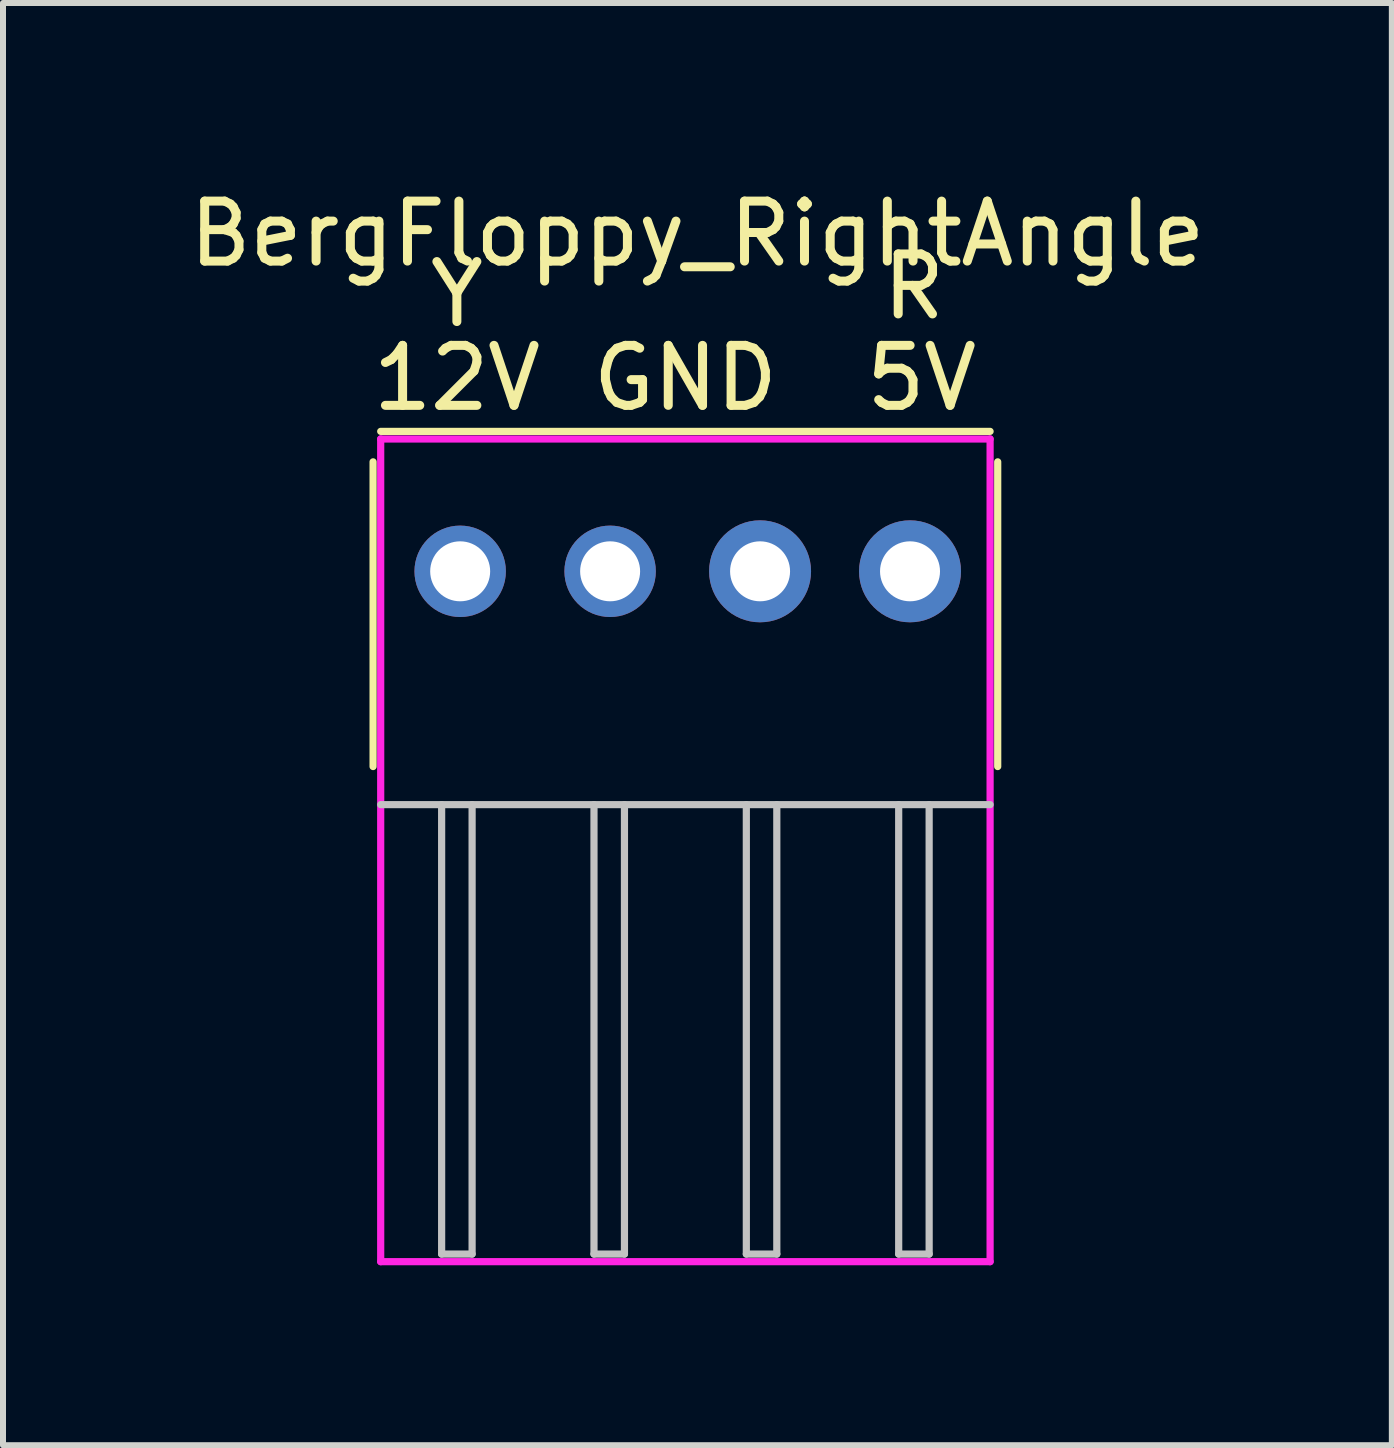
<source format=kicad_pcb>
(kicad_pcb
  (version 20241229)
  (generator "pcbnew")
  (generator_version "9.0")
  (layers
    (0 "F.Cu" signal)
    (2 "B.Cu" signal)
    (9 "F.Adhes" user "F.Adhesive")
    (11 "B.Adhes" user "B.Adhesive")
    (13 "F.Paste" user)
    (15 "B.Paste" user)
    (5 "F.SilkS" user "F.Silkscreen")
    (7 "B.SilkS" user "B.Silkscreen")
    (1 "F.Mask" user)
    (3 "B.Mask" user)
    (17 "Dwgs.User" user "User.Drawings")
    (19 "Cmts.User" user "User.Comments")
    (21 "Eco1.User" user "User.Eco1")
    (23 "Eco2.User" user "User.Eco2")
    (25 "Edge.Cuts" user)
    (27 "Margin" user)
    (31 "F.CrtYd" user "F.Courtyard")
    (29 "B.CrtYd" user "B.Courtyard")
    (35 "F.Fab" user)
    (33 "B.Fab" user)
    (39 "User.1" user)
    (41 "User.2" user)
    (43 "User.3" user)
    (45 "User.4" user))
  (footprint "BergFloppy_RightAngle"
    (layer "F.Cu")
    (at 8.377 1.348)
    (property "Reference" "BergFloppy_RightAngle" (at 0.2 -0.5 180) (layer "F.SilkS") (effects (font (size 1 1) (thickness 0.15))))
    (attr through_hole)
    (fp_line (start -5.207 3.302) (end -5.207 8.382) (stroke (width 0.12) (type solid)) (layer "F.SilkS"))
    (fp_line (start 5.08 2.794) (end -5.08 2.794) (stroke (width 0.12) (type solid)) (layer "F.SilkS"))
    (fp_line (start 5.207 3.302) (end 5.207 8.382) (stroke (width 0.12) (type solid)) (layer "F.SilkS"))
    (fp_line (start -5.08 9.017) (end 5.08 9.017) (stroke (width 0.12) (type solid)) (layer "Dwgs.User"))
    (fp_line (start -4.064 9.017) (end -4.064 16.51) (stroke (width 0.12) (type solid)) (layer "Dwgs.User"))
    (fp_line (start -4.064 16.51) (end -3.556 16.51) (stroke (width 0.12) (type solid)) (layer "Dwgs.User"))
    (fp_line (start -3.556 16.51) (end -3.556 9.017) (stroke (width 0.12) (type solid)) (layer "Dwgs.User"))
    (fp_line (start -1.524 9.017) (end -1.524 16.51) (stroke (width 0.12) (type solid)) (layer "Dwgs.User"))
    (fp_line (start -1.524 16.51) (end -1.016 16.51) (stroke (width 0.12) (type solid)) (layer "Dwgs.User"))
    (fp_line (start -1.016 16.51) (end -1.016 9.017) (stroke (width 0.12) (type solid)) (layer "Dwgs.User"))
    (fp_line (start 1.016 9.017) (end 1.016 16.51) (stroke (width 0.12) (type solid)) (layer "Dwgs.User"))
    (fp_line (start 1.016 16.51) (end 1.524 16.51) (stroke (width 0.12) (type solid)) (layer "Dwgs.User"))
    (fp_line (start 1.524 16.51) (end 1.524 9.017) (stroke (width 0.12) (type solid)) (layer "Dwgs.User"))
    (fp_line (start 3.556 9.017) (end 3.556 16.51) (stroke (width 0.12) (type solid)) (layer "Dwgs.User"))
    (fp_line (start 3.556 16.51) (end 4.064 16.51) (stroke (width 0.12) (type solid)) (layer "Dwgs.User"))
    (fp_line (start 4.064 16.51) (end 4.064 9.017) (stroke (width 0.12) (type solid)) (layer "Dwgs.User"))
    (fp_line (start -5.08 16.637) (end -5.08 2.921) (stroke (width 0.12) (type solid)) (layer "F.CrtYd"))
    (fp_line (start 5.08 2.921) (end -5.08 2.921) (stroke (width 0.12) (type solid)) (layer "F.CrtYd"))
    (fp_line (start 5.08 2.921) (end 5.08 16.637) (stroke (width 0.12) (type solid)) (layer "F.CrtYd"))
    (fp_line (start 5.08 16.637) (end -5.08 16.637) (stroke (width 0.12) (type solid)) (layer "F.CrtYd"))
    (fp_text user "12V" (at -3.81 1.905 180) (layer "F.SilkS") (effects (font (size 1 1) (thickness 0.15))))
    (fp_text user "5V" (at 3.937 1.905 180) (layer "F.SilkS") (effects (font (size 1 1) (thickness 0.15))))
    (fp_text user "Y" (at -3.81 0.508 180) (layer "F.SilkS") (effects (font (size 1 1) (thickness 0.15))))
    (fp_text user "GND" (at 0 1.905 180) (layer "F.SilkS") (effects (font (size 1 1) (thickness 0.15))))
    (fp_text user "R" (at 3.81 0.381 180) (layer "F.SilkS") (effects (font (size 1 1) (thickness 0.15))))
    (pad "1" thru_hole circle (at 3.745 5.127) (size 1.7 1.7) (drill 1) (layers "*.Cu" "*.Mask"))
    (pad "2" thru_hole circle (at 1.245 5.127) (size 1.7 1.7) (drill 1) (layers "*.Cu" "*.Mask"))
    (pad "3" thru_hole circle (at -1.255 5.127) (size 1.524 1.524) (drill 1) (layers "*.Cu" "*.Mask"))
    (pad "4" thru_hole circle (at -3.755 5.127) (size 1.524 1.524) (drill 1) (layers "*.Cu" "*.Mask")))
  (gr_rect
    (start -3 -3)
    (end 20.155 21.045)
    (stroke (width 0.1) (type default))
    (fill no)
    (layer "Edge.Cuts")))
</source>
